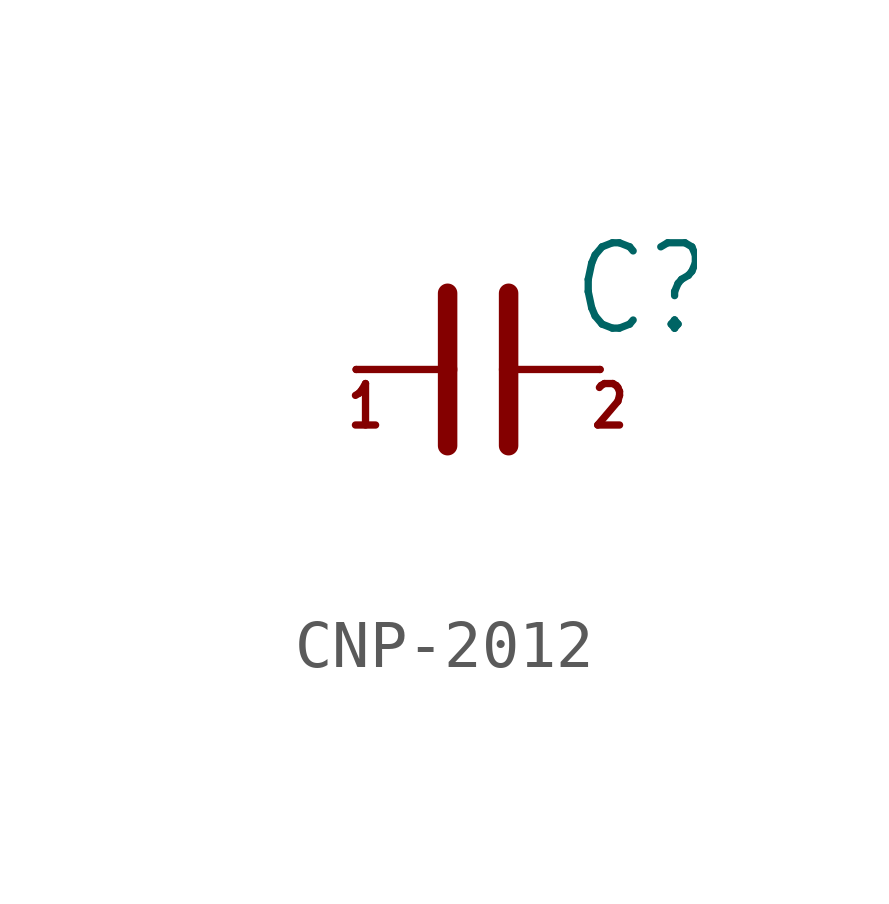
<source format=kicad_sym>
(kicad_symbol_lib
  (version 20241209)
  (generator "kicad_symbol_editor")
  (generator_version "9.0")
  (symbol "CNP-2012"
    (property "Reference" "C"
      (at 1.905 0.635 0)
      (effects (font (size 1.778 1.511)) (justify left bottom)))
    (property "Value" ""
      (at -5.08 -4.128 0)
      (effects (font (size 1.778 1.511)) (justify left bottom)))
    (property "ki_locked" ""
      (at 0 0 0)
      (effects (font (size 1.27 1.27))))
    (symbol "CNP-2012_1_0"
      (polyline (pts (xy -2.54 0) (xy -0.635 0)) (stroke (width 0.152) (type solid)) (fill (type none)))
      (polyline (pts (xy -0.635 1.587) (xy -0.635 0)) (stroke (width 0.406) (type solid)) (fill (type none)))
      (polyline (pts (xy -0.635 0) (xy -0.635 -1.587)) (stroke (width 0.406) (type solid)) (fill (type none)))
      (polyline (pts (xy 0.635 1.587) (xy 0.635 0)) (stroke (width 0.406) (type solid)) (fill (type none)))
      (polyline (pts (xy 0.635 0) (xy 0.635 -1.587)) (stroke (width 0.406) (type solid)) (fill (type none)))
      (polyline (pts (xy 2.54 0) (xy 0.635 0)) (stroke (width 0.152) (type solid)) (fill (type none)))
      (text "1" (at -2.794 -1.27 0) (effects (font (size 0.864 0.734)) (justify left bottom)))
      (text "2" (at 2.286 -1.27 0) (effects (font (size 0.864 0.734)) (justify left bottom)))
      (pin passive line (at -2.54 0 0) (length 0) (name "1" (effects (font (size 0 0)))) (number "1" (effects (font (size 0 0)))))
      (pin passive line (at 2.54 0 180) (length 0) (name "2" (effects (font (size 0 0)))) (number "2" (effects (font (size 0 0))))))))
</source>
